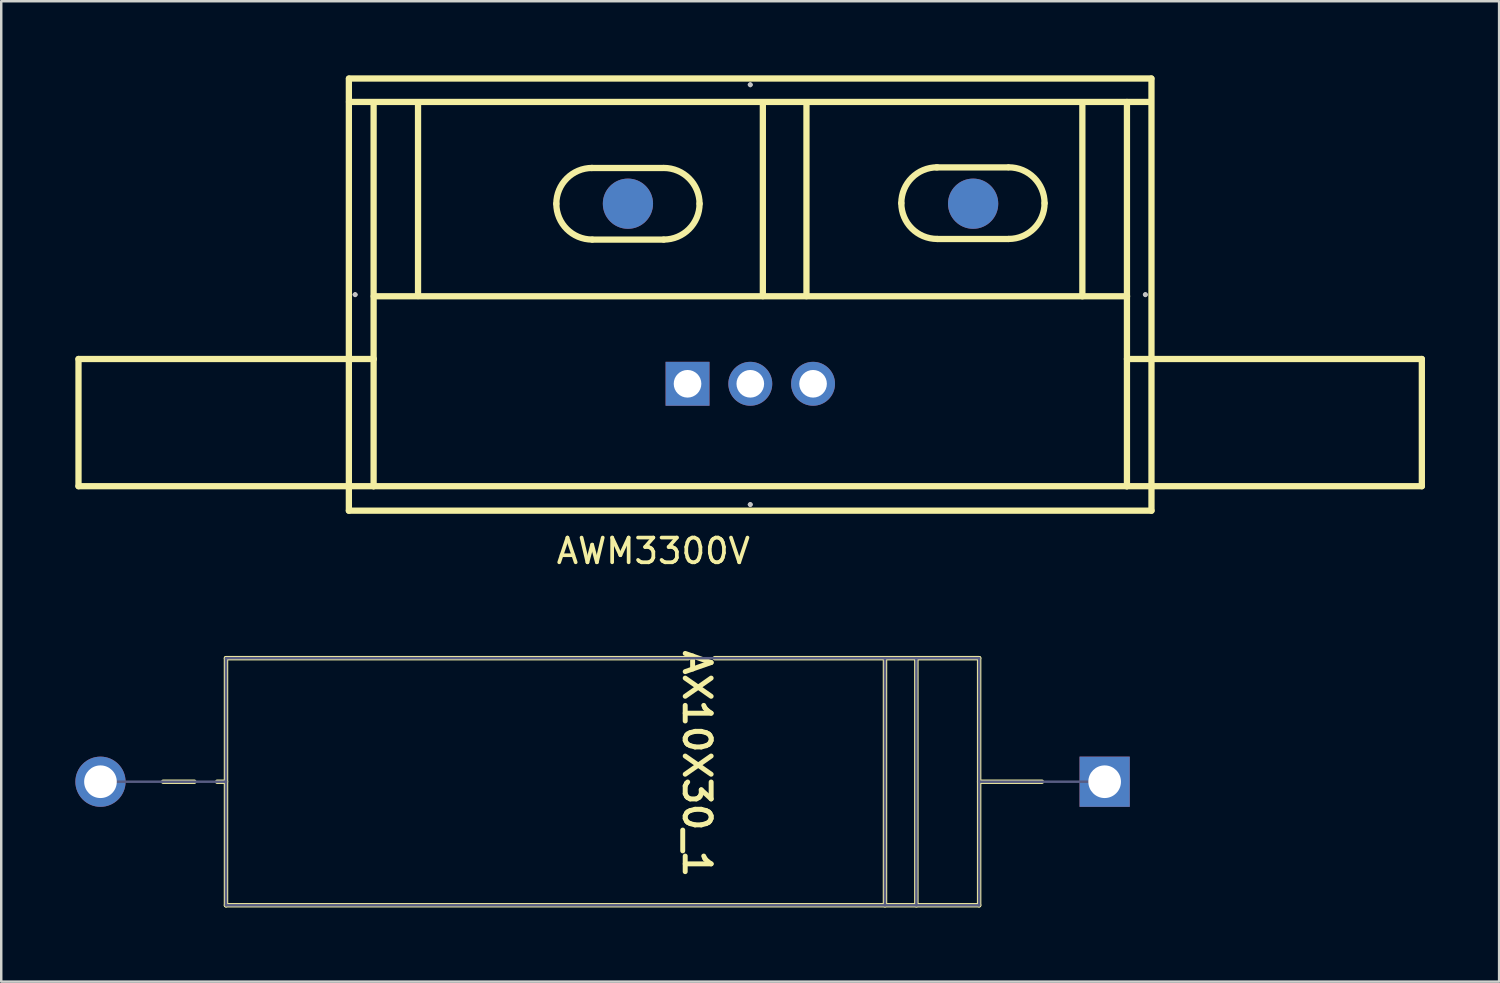
<source format=kicad_pcb>
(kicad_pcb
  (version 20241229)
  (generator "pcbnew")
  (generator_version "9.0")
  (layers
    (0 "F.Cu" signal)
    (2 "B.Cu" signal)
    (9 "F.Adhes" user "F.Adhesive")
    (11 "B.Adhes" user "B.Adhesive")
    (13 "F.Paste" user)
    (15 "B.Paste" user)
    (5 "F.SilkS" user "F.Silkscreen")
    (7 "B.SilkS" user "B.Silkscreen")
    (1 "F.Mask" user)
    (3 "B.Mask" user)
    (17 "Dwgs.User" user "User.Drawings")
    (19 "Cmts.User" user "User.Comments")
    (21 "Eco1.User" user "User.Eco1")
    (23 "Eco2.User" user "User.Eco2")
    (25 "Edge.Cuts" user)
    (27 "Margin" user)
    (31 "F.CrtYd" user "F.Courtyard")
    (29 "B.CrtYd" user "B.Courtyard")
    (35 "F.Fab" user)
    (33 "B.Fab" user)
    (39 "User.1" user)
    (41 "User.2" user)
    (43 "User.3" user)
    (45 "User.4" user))
  (footprint "AWM3300V"
    (layer "F.Cu")
    (at 27.315 12.482)
    (property "Reference" "AWM3300V" (at -3.924 6.769 0) (layer "F.SilkS") (effects (font (size 1 1) (thickness 0.15))))
    (attr through_hole)
    (fp_line (start -27.188 -1.003) (end -15.237 -1.003) (stroke (width 0.254) (type solid)) (layer "F.SilkS"))
    (fp_line (start -27.188 4.145) (end -27.188 -1.003) (stroke (width 0.254) (type solid)) (layer "F.SilkS"))
    (fp_line (start -16.246 5.136) (end -16.246 -12.349) (stroke (width 0.254) (type solid)) (layer "F.SilkS"))
    (fp_line (start -16.241 -12.355) (end 16.231 -12.355) (stroke (width 0.254) (type solid)) (layer "F.SilkS"))
    (fp_line (start -16.241 -11.407) (end 16.198 -11.407) (stroke (width 0.254) (type solid)) (layer "F.SilkS"))
    (fp_line (start -15.253 4.145) (end -27.188 4.145) (stroke (width 0.254) (type solid)) (layer "F.SilkS"))
    (fp_line (start -15.245 -11.394) (end -15.245 4.145) (stroke (width 0.254) (type solid)) (layer "F.SilkS"))
    (fp_line (start -15.245 4.145) (end 15.243 4.145) (stroke (width 0.254) (type solid)) (layer "F.SilkS"))
    (fp_line (start -13.447 -3.551) (end -13.447 -11.389) (stroke (width 0.254) (type solid)) (layer "F.SilkS"))
    (fp_line (start -6.421 -8.733) (end -3.536 -8.733) (stroke (width 0.254) (type solid)) (layer "F.SilkS"))
    (fp_line (start -6.393 -5.834) (end -3.508 -5.834) (stroke (width 0.254) (type solid)) (layer "F.SilkS"))
    (fp_line (start 0.508 -3.546) (end 0.508 -11.384) (stroke (width 0.254) (type solid)) (layer "F.SilkS"))
    (fp_line (start 2.273 -3.546) (end 2.273 -11.384) (stroke (width 0.254) (type solid)) (layer "F.SilkS"))
    (fp_line (start 7.541 -8.758) (end 10.427 -8.758) (stroke (width 0.254) (type solid)) (layer "F.SilkS"))
    (fp_line (start 7.569 -5.86) (end 10.455 -5.86) (stroke (width 0.254) (type solid)) (layer "F.SilkS"))
    (fp_line (start 13.439 -11.387) (end 13.439 -3.541) (stroke (width 0.254) (type solid)) (layer "F.SilkS"))
    (fp_line (start 15.243 -1.003) (end 27.178 -1.003) (stroke (width 0.254) (type solid)) (layer "F.SilkS"))
    (fp_line (start 15.243 4.145) (end 15.243 -11.405) (stroke (width 0.254) (type solid)) (layer "F.SilkS"))
    (fp_line (start 15.248 -3.541) (end -15.24 -3.541) (stroke (width 0.254) (type solid)) (layer "F.SilkS"))
    (fp_line (start 16.236 -12.352) (end 16.236 5.136) (stroke (width 0.254) (type solid)) (layer "F.SilkS"))
    (fp_line (start 16.236 5.136) (end -16.246 5.136) (stroke (width 0.254) (type solid)) (layer "F.SilkS"))
    (fp_line (start 27.178 -1.003) (end 27.178 4.145) (stroke (width 0.254) (type solid)) (layer "F.SilkS"))
    (fp_line (start 27.178 4.145) (end 15.227 4.145) (stroke (width 0.254) (type solid)) (layer "F.SilkS"))
    (fp_curve (pts (xy -7.85 -7.286) (xy -7.85 -6.485) (xy -7.201 -5.837) (xy -6.401 -5.837)) (stroke (width 0.254) (type solid)) (layer "F.SilkS"))
    (fp_curve (pts (xy -6.401 -8.735) (xy -7.201 -8.735) (xy -7.85 -8.086) (xy -7.85 -7.286)) (stroke (width 0.254) (type solid)) (layer "F.SilkS"))
    (fp_curve (pts (xy -3.502 -5.837) (xy -2.702 -5.837) (xy -2.053 -6.485) (xy -2.053 -7.286)) (stroke (width 0.254) (type solid)) (layer "F.SilkS"))
    (fp_curve (pts (xy -2.053 -7.286) (xy -2.053 -8.086) (xy -2.702 -8.735) (xy -3.502 -8.735)) (stroke (width 0.254) (type solid)) (layer "F.SilkS"))
    (fp_curve (pts (xy 6.112 -7.311) (xy 6.112 -6.511) (xy 6.761 -5.862) (xy 7.562 -5.862)) (stroke (width 0.254) (type solid)) (layer "F.SilkS"))
    (fp_curve (pts (xy 7.562 -8.76) (xy 6.761 -8.76) (xy 6.112 -8.112) (xy 6.112 -7.311)) (stroke (width 0.254) (type solid)) (layer "F.SilkS"))
    (fp_curve (pts (xy 10.46 -5.862) (xy 11.26 -5.862) (xy 11.909 -6.511) (xy 11.909 -7.311)) (stroke (width 0.254) (type solid)) (layer "F.SilkS"))
    (fp_curve (pts (xy 11.909 -7.311) (xy 11.909 -8.112) (xy 11.26 -8.76) (xy 10.46 -8.76)) (stroke (width 0.254) (type solid)) (layer "F.SilkS"))
    (fp_curve (pts (xy -16.044 -3.608) (xy -16.044 -3.579) (xy -16.021 -3.556) (xy -15.992 -3.556)) (stroke (width 0.1) (type solid)) (layer "Dwgs.User"))
    (fp_curve (pts (xy -15.992 -3.659) (xy -16.021 -3.659) (xy -16.044 -3.636) (xy -16.044 -3.608)) (stroke (width 0.1) (type solid)) (layer "Dwgs.User"))
    (fp_curve (pts (xy -15.992 -3.556) (xy -15.964 -3.556) (xy -15.941 -3.579) (xy -15.941 -3.608)) (stroke (width 0.1) (type solid)) (layer "Dwgs.User"))
    (fp_curve (pts (xy -15.941 -3.608) (xy -15.941 -3.636) (xy -15.964 -3.659) (xy -15.992 -3.659)) (stroke (width 0.1) (type solid)) (layer "Dwgs.User"))
    (fp_curve (pts (xy -0.053 -12.103) (xy -0.053 -12.074) (xy -0.03 -12.051) (xy -0.001 -12.051)) (stroke (width 0.1) (type solid)) (layer "Dwgs.User"))
    (fp_curve (pts (xy -0.053 4.887) (xy -0.053 4.916) (xy -0.03 4.939) (xy -0.001 4.939)) (stroke (width 0.1) (type solid)) (layer "Dwgs.User"))
    (fp_curve (pts (xy -0.001 -12.154) (xy -0.03 -12.154) (xy -0.053 -12.131) (xy -0.053 -12.103)) (stroke (width 0.1) (type solid)) (layer "Dwgs.User"))
    (fp_curve (pts (xy -0.001 -12.051) (xy 0.027 -12.051) (xy 0.05 -12.074) (xy 0.05 -12.103)) (stroke (width 0.1) (type solid)) (layer "Dwgs.User"))
    (fp_curve (pts (xy -0.001 4.836) (xy -0.03 4.836) (xy -0.053 4.859) (xy -0.053 4.887)) (stroke (width 0.1) (type solid)) (layer "Dwgs.User"))
    (fp_curve (pts (xy -0.001 4.939) (xy 0.027 4.939) (xy 0.05 4.916) (xy 0.05 4.887)) (stroke (width 0.1) (type solid)) (layer "Dwgs.User"))
    (fp_curve (pts (xy 0.05 -12.103) (xy 0.05 -12.131) (xy 0.027 -12.154) (xy -0.001 -12.154)) (stroke (width 0.1) (type solid)) (layer "Dwgs.User"))
    (fp_curve (pts (xy 0.05 4.887) (xy 0.05 4.859) (xy 0.027 4.836) (xy -0.001 4.836)) (stroke (width 0.1) (type solid)) (layer "Dwgs.User"))
    (fp_curve (pts (xy 15.938 -3.608) (xy 15.938 -3.579) (xy 15.961 -3.556) (xy 15.989 -3.556)) (stroke (width 0.1) (type solid)) (layer "Dwgs.User"))
    (fp_curve (pts (xy 15.989 -3.659) (xy 15.961 -3.659) (xy 15.938 -3.636) (xy 15.938 -3.608)) (stroke (width 0.1) (type solid)) (layer "Dwgs.User"))
    (fp_curve (pts (xy 15.989 -3.556) (xy 16.018 -3.556) (xy 16.041 -3.579) (xy 16.041 -3.608)) (stroke (width 0.1) (type solid)) (layer "Dwgs.User"))
    (fp_curve (pts (xy 16.041 -3.608) (xy 16.041 -3.636) (xy 16.018 -3.659) (xy 15.989 -3.659)) (stroke (width 0.1) (type solid)) (layer "Dwgs.User"))
    (pad "1" thru_hole rect (at -2.54 0) (size 1.777 1.777) (drill 1.118) (layers "*.Cu" "*.Mask"))
    (pad "2" thru_hole circle (at 0 0) (size 1.777 1.777) (drill 1.118) (layers "*.Cu" "*.Mask"))
    (pad "3" thru_hole circle (at 2.54 0) (size 1.777 1.777) (drill 1.118) (layers "*.Cu" "*.Mask"))
    (pad "NC" smd circle (at -4.952 -7.288) (size 2.032 2.032) (layers "F.Cu"))
    (pad "NC" smd circle (at -4.952 -7.288) (size 2.032 2.032) (layers "B.Cu"))
    (pad "NC" smd circle (at 9.018 -7.288) (size 2.032 2.032) (layers "F.Cu"))
    (pad "NC" smd circle (at 9.018 -7.288) (size 2.032 2.032) (layers "B.Cu")))
  (footprint "AX10X30_1"
    (layer "F.Cu")
    (at 41.656 28.587)
    (property "Reference" "AX10X30_1" (at -16.5 -0.724 270) (unlocked yes) (layer "F.SilkS") (effects (font (size 1.05 1.104) (thickness 0.2))))
    (attr smd)
    (fp_line (start -36.843 0) (end -38.1 0) (stroke (width 0.18) (type solid)) (layer "F.SilkS"))
    (fp_line (start -35.56 -5) (end -35.56 5) (stroke (width 0.18) (type solid)) (layer "F.SilkS"))
    (fp_line (start -35.56 0) (end -35.914 0) (stroke (width 0.18) (type solid)) (layer "F.SilkS"))
    (fp_line (start -16.848 -5) (end -35.56 -5) (stroke (width 0.18) (type solid)) (layer "F.SilkS"))
    (fp_line (start -8.89 -5) (end -8.89 5) (stroke (width 0.18) (type solid)) (layer "F.SilkS"))
    (fp_line (start -7.62 -5) (end -7.62 5) (stroke (width 0.18) (type solid)) (layer "F.SilkS"))
    (fp_line (start -5.08 -5) (end -15.778 -5) (stroke (width 0.18) (type solid)) (layer "F.SilkS"))
    (fp_line (start -5.08 -5) (end -5.08 5) (stroke (width 0.18) (type solid)) (layer "F.SilkS"))
    (fp_line (start -5.08 5) (end -35.56 5) (stroke (width 0.18) (type solid)) (layer "F.SilkS"))
    (fp_line (start -2.54 0) (end -5.08 0) (stroke (width 0.18) (type solid)) (layer "F.SilkS"))
    (fp_line (start -35.56 -5) (end -35.56 5) (stroke (width 0.1) (type solid)) (layer "B.Fab"))
    (fp_line (start -35.56 0) (end -40.64 0) (stroke (width 0.1) (type solid)) (layer "B.Fab"))
    (fp_line (start -8.89 -5) (end -8.89 5) (stroke (width 0.1) (type solid)) (layer "B.Fab"))
    (fp_line (start -7.62 -5) (end -7.62 5) (stroke (width 0.1) (type solid)) (layer "B.Fab"))
    (fp_line (start -5.08 -5) (end -35.56 -5) (stroke (width 0.1) (type solid)) (layer "B.Fab"))
    (fp_line (start -5.08 -5) (end -5.08 5) (stroke (width 0.1) (type solid)) (layer "B.Fab"))
    (fp_line (start -5.08 5) (end -35.56 5) (stroke (width 0.1) (type solid)) (layer "B.Fab"))
    (fp_line (start 0 0) (end -5.08 0) (stroke (width 0.1) (type solid)) (layer "B.Fab"))
    (pad "+" thru_hole rect (at 0 0 180) (size 2.032 2.032) (drill 1.321) (layers "*.Cu" "*.Mask"))
    (pad "-" thru_hole circle (at -40.64 0 180) (size 2.032 2.032) (drill 1.321) (layers "*.Cu" "*.Mask")))
  (gr_rect
    (start -3 -3)
    (end 57.62 36.677)
    (stroke (width 0.1) (type default))
    (fill no)
    (layer "Edge.Cuts")))
</source>
